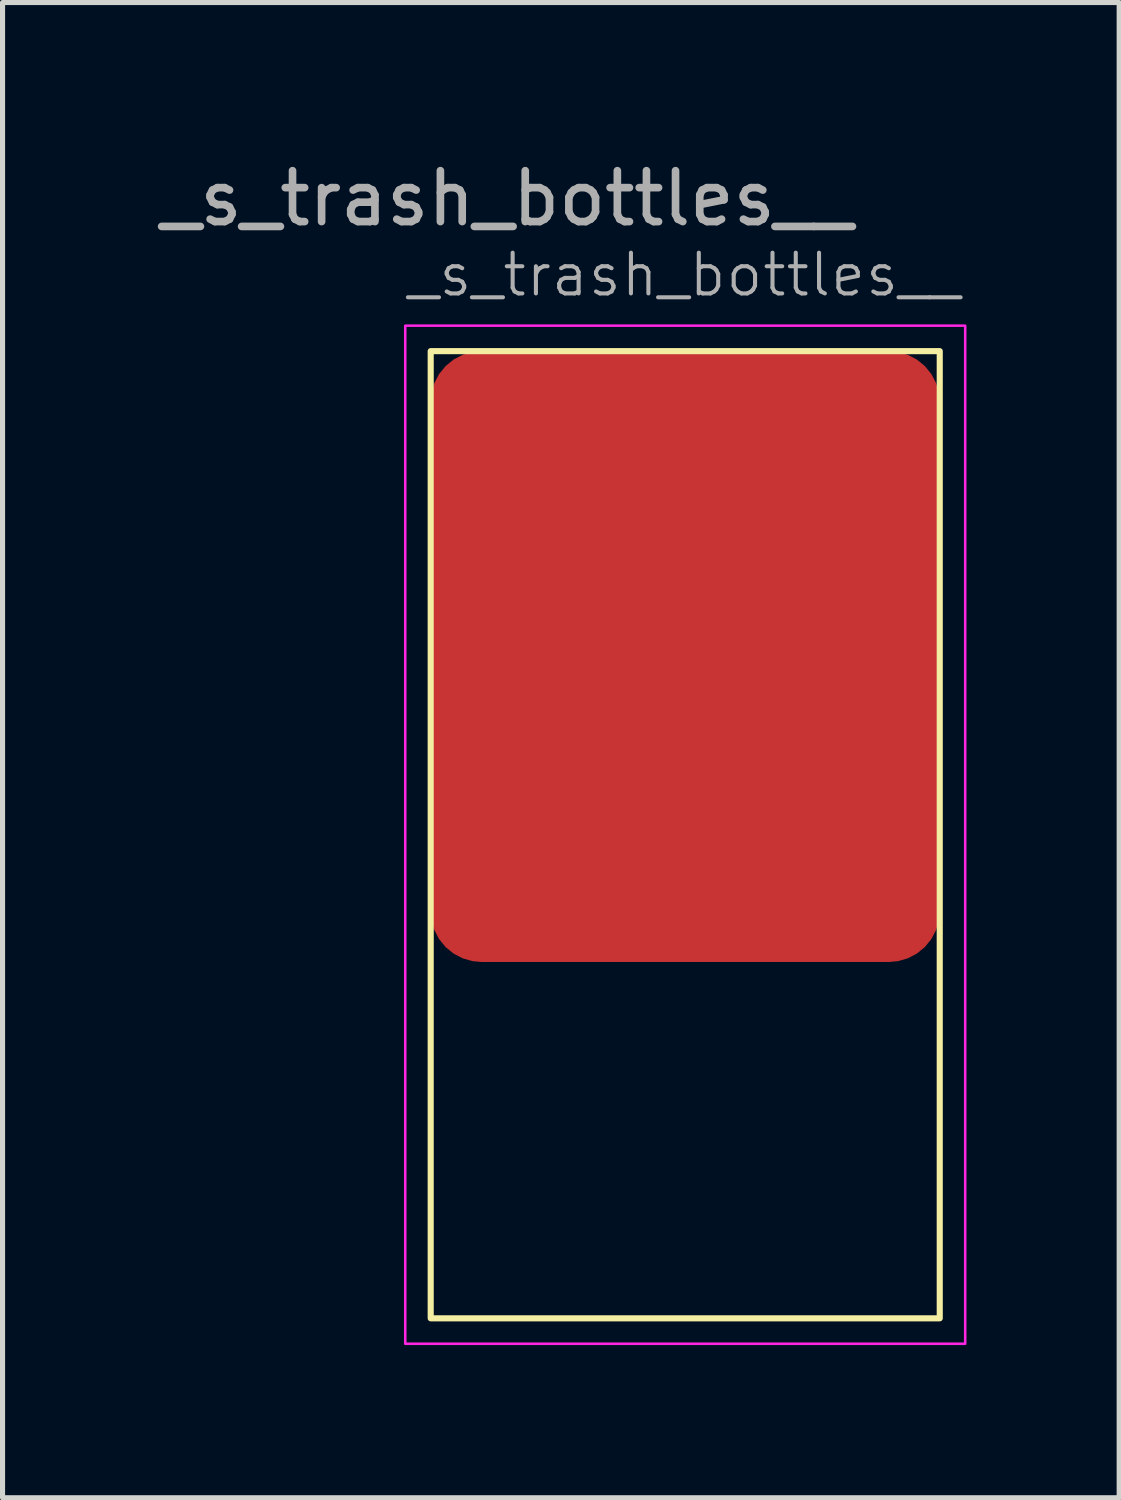
<source format=kicad_pcb>
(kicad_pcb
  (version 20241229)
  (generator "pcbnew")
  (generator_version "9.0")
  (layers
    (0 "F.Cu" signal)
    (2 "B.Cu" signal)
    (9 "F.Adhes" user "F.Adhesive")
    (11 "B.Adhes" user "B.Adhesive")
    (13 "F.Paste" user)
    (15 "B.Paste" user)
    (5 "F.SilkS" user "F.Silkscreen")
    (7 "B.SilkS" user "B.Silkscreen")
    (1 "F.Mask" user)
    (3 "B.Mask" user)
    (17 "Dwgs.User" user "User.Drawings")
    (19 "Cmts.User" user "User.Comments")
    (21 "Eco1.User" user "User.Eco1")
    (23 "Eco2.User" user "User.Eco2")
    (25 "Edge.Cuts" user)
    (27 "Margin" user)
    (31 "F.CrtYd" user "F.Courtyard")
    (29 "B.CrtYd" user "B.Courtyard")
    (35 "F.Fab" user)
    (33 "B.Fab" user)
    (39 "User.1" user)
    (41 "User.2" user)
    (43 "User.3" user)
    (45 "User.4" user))
  (footprint "_s_trash_bottles__"
    (layer "F.Cu")
    (at 5.411 3.848)
    (property "Reference" "_s_trash_bottles__" (at -0.5 -1.5 0) (unlocked yes) (layer "F.Fab") (effects (font (size 0.8 0.8) (thickness 0.08)) (justify left)))
    (attr smd)
    (fp_rect (start 0 0) (end 10 19) (stroke (width 0.12) (type solid)) (fill no) (layer "F.SilkS"))
    (fp_rect (start -0.5 -0.5) (end 10.5 19.5) (stroke (width 0.05) (type solid)) (fill no) (layer "F.CrtYd"))
    (fp_text user "${REFERENCE}" (at 1.5 -3 0) (unlocked yes) (layer "F.Fab") (effects (font (size 1 1) (thickness 0.15))))
    (pad "1" smd roundrect (at 5 6) (size 10 12) (layers "F.Cu" "F.Mask" "F.Paste") (roundrect_rratio 0.1)))
  (gr_rect
    (start -3 -3)
    (end 18.936 26.373)
    (stroke (width 0.1) (type default))
    (fill no)
    (layer "Edge.Cuts")))
</source>
